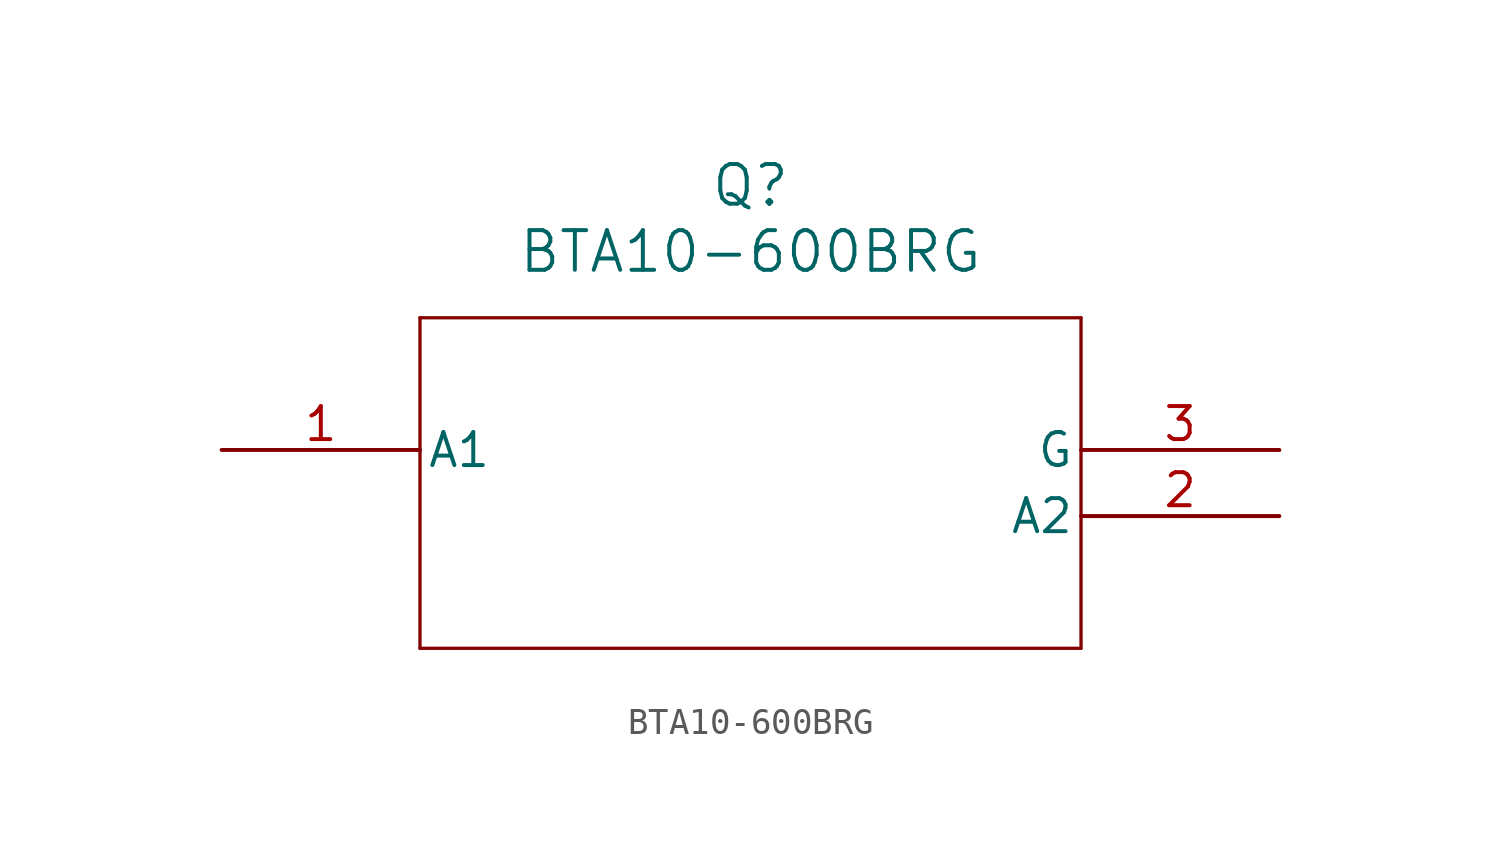
<source format=kicad_sym>
(kicad_symbol_lib
  (version 20211014)
  (generator kicad_symbol_editor)
  (symbol "BTA10-600BRG"
    (pin_names
      (offset 0.254))
    (property "Reference" "Q"
      (at 20.32 10.16 0)
      (effects (font (size 1.524 1.524))))
    (property "Value" "BTA10-600BRG"
      (at 20.32 7.62 0)
      (effects (font (size 1.524 1.524))))
    (symbol "BTA10-600BRG_0_1"
      (polyline (pts (xy 7.62 5.08) (xy 7.62 -7.62)) (stroke (width 0.127) (type default) (color 0 0 0 0)) (fill (type none)))
      (polyline (pts (xy 7.62 -7.62) (xy 33.02 -7.62)) (stroke (width 0.127) (type default) (color 0 0 0 0)) (fill (type none)))
      (polyline (pts (xy 33.02 -7.62) (xy 33.02 5.08)) (stroke (width 0.127) (type default) (color 0 0 0 0)) (fill (type none)))
      (polyline (pts (xy 33.02 5.08) (xy 7.62 5.08)) (stroke (width 0.127) (type default) (color 0 0 0 0)) (fill (type none)))
      (pin unspecified line (at 0 0 0) (length 7.62) (name "A1" (effects (font (size 1.27 1.27)))) (number "1" (effects (font (size 1.27 1.27)))))
      (pin unspecified line (at 40.64 -2.54 180) (length 7.62) (name "A2" (effects (font (size 1.27 1.27)))) (number "2" (effects (font (size 1.27 1.27)))))
      (pin unspecified line (at 40.64 0 180) (length 7.62) (name "G" (effects (font (size 1.27 1.27)))) (number "3" (effects (font (size 1.27 1.27))))))))
</source>
